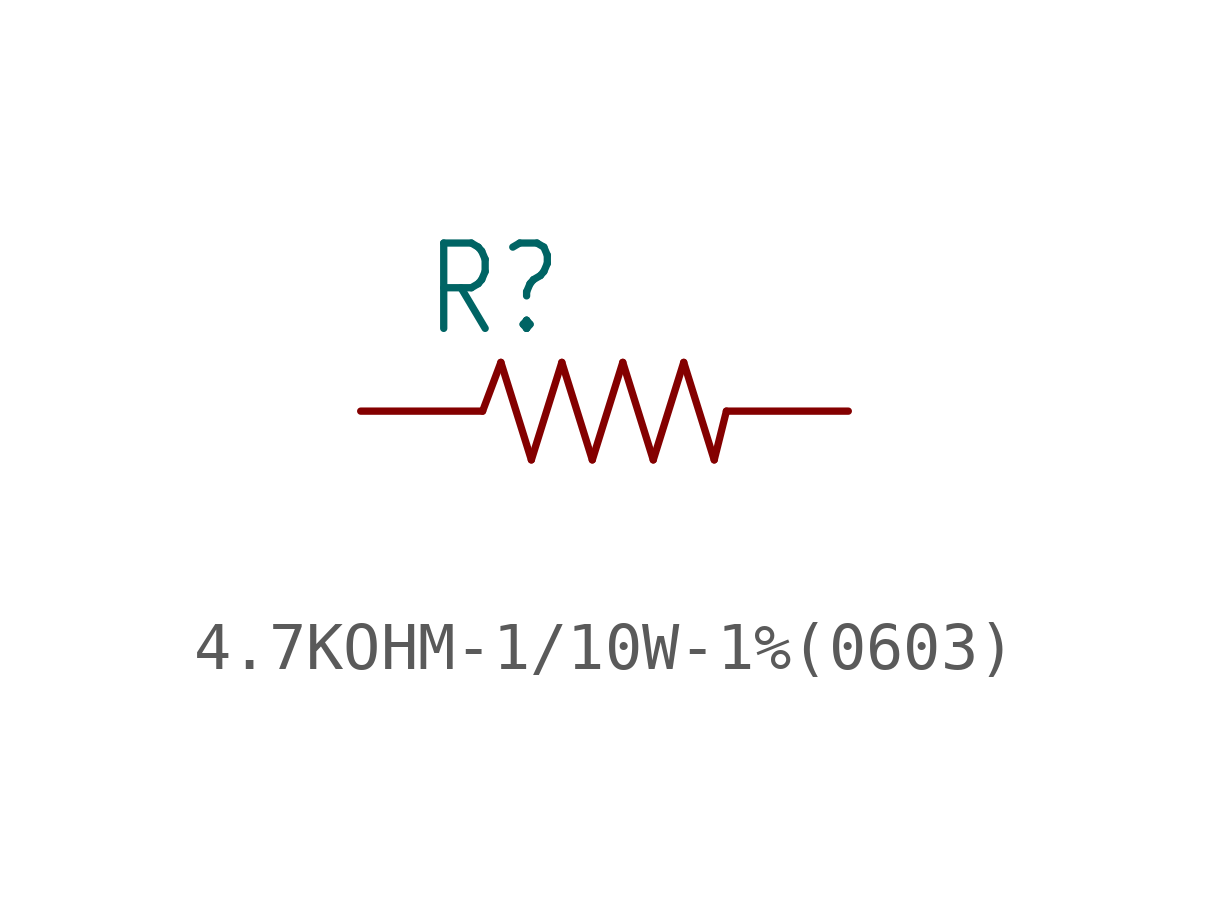
<source format=kicad_sym>
(kicad_symbol_lib
  (version 20231120)
  (generator "kicad_symbol_editor")
  (generator_version "8.0")
  (symbol "4.7KOHM-1/10W-1%(0603)"
    (property "Reference" "R"
      (at -3.81 1.499 0)
      (effects (font (size 1.778 1.511)) (justify left bottom)))
    (property "Value" ""
      (at -3.81 -3.302 0)
      (effects (font (size 1.778 1.511)) (justify left bottom)))
    (property "ki_locked" ""
      (at 0 0 0)
      (effects (font (size 1.27 1.27))))
    (symbol "4.7KOHM-1/10W-1%(0603)_1_0"
      (polyline (pts (xy -2.54 0) (xy -2.159 1.016)) (stroke (width 0.152) (type solid)) (fill (type none)))
      (polyline (pts (xy -2.159 1.016) (xy -1.524 -1.016)) (stroke (width 0.152) (type solid)) (fill (type none)))
      (polyline (pts (xy -1.524 -1.016) (xy -0.889 1.016)) (stroke (width 0.152) (type solid)) (fill (type none)))
      (polyline (pts (xy -0.889 1.016) (xy -0.254 -1.016)) (stroke (width 0.152) (type solid)) (fill (type none)))
      (polyline (pts (xy -0.254 -1.016) (xy 0.381 1.016)) (stroke (width 0.152) (type solid)) (fill (type none)))
      (polyline (pts (xy 0.381 1.016) (xy 1.016 -1.016)) (stroke (width 0.152) (type solid)) (fill (type none)))
      (polyline (pts (xy 1.016 -1.016) (xy 1.651 1.016)) (stroke (width 0.152) (type solid)) (fill (type none)))
      (polyline (pts (xy 1.651 1.016) (xy 2.286 -1.016)) (stroke (width 0.152) (type solid)) (fill (type none)))
      (polyline (pts (xy 2.286 -1.016) (xy 2.54 0)) (stroke (width 0.152) (type solid)) (fill (type none)))
      (pin passive line (at -5.08 0 0) (length 2.54) (name "1" (effects (font (size 0 0)))) (number "1" (effects (font (size 0 0)))))
      (pin passive line (at 5.08 0 180) (length 2.54) (name "2" (effects (font (size 0 0)))) (number "2" (effects (font (size 0 0))))))))
</source>
